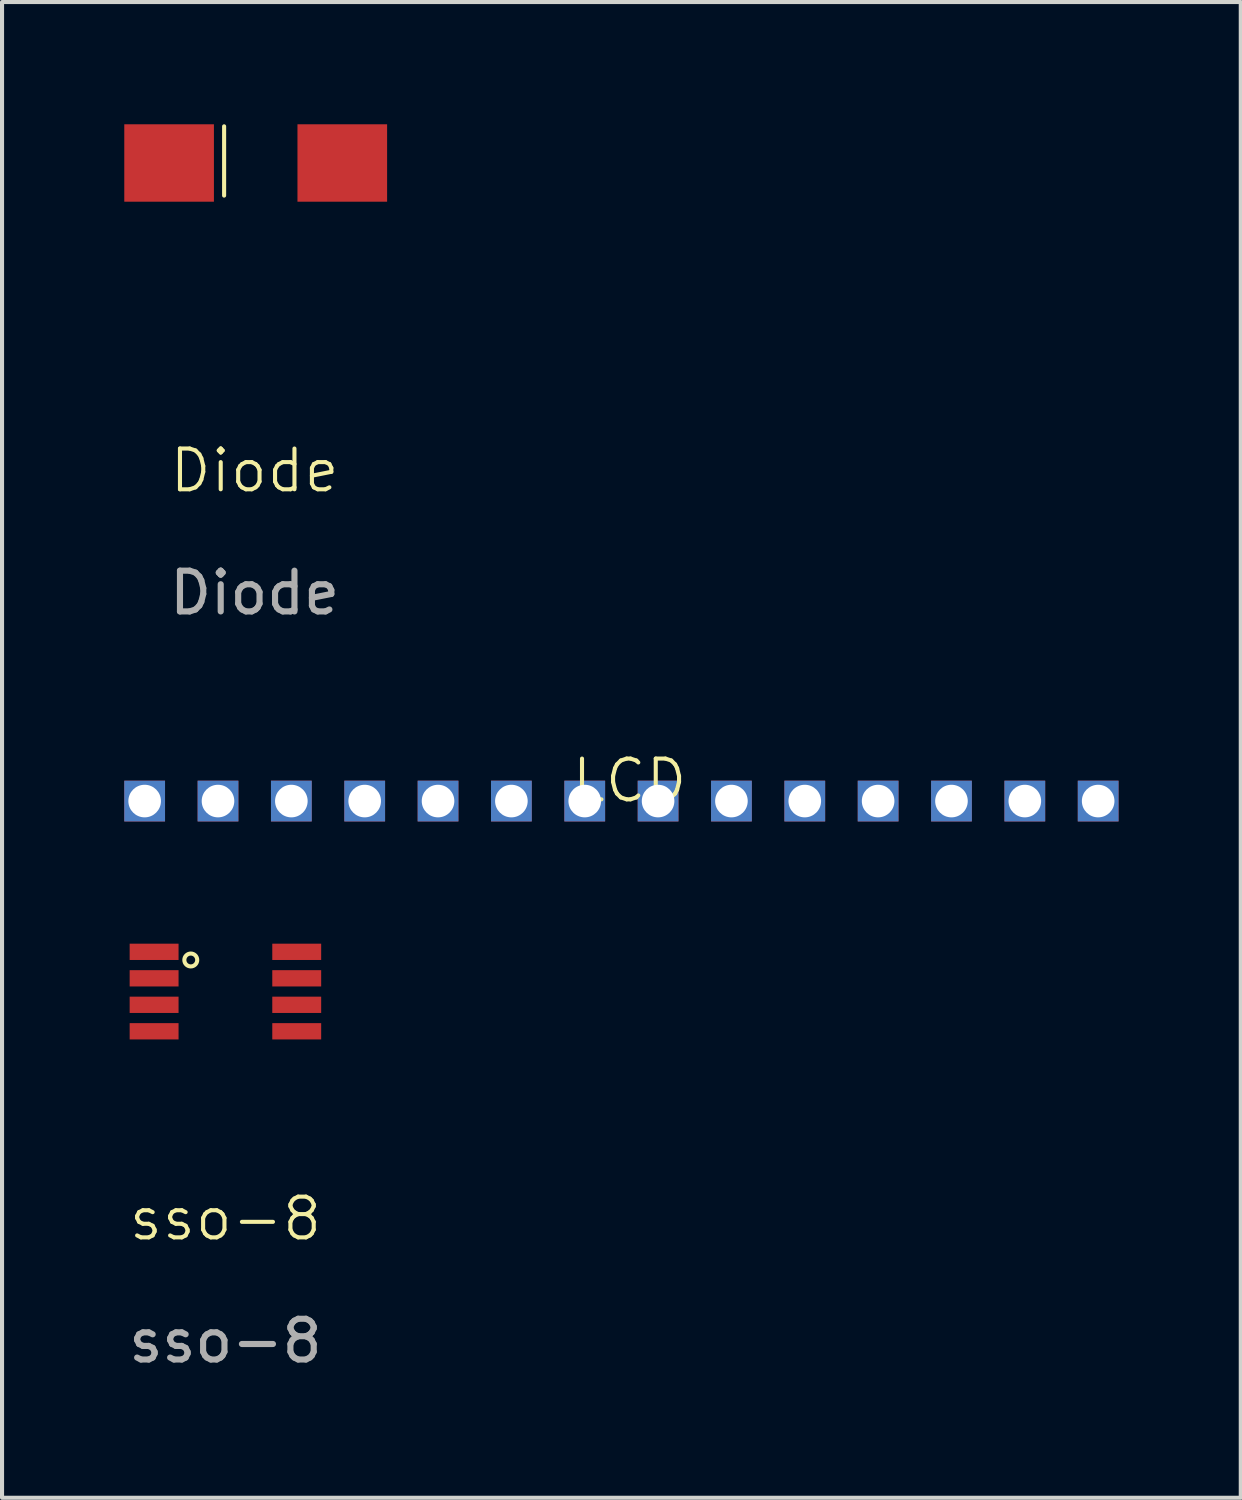
<source format=kicad_pcb>
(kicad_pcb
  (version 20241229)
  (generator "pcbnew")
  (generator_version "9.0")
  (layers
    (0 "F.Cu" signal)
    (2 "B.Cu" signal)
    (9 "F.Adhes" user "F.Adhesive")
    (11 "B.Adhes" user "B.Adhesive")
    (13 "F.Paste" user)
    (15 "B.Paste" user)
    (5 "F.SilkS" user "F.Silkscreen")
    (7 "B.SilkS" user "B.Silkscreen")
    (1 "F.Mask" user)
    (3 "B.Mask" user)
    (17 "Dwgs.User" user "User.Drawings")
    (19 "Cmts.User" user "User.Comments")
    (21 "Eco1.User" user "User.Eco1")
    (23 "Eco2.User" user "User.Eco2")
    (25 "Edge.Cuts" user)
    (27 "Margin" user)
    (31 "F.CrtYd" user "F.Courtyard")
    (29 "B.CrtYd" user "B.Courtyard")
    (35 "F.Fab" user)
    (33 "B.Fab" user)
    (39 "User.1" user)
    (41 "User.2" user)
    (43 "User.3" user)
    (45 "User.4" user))
  (footprint "LCD"
    (layer "F.Cu")
    (at 12.4 16.609)
    (property "Reference" "LCD" (at 0 -0.5 0) (unlocked yes) (layer "F.SilkS") (effects (font (size 1 1) (thickness 0.1))))
    (attr through_hole)
    (pad "1" thru_hole rect (at -11.9 0 90) (size 1 1) (drill 0.8) (layers "*.Cu" "*.Mask"))
    (pad "2" thru_hole rect (at -10.1 0 90) (size 1 1) (drill 0.8) (layers "*.Cu" "*.Mask"))
    (pad "3" thru_hole rect (at -8.3 0 90) (size 1 1) (drill 0.8) (layers "*.Cu" "*.Mask"))
    (pad "4" thru_hole rect (at -6.5 0 90) (size 1 1) (drill 0.8) (layers "*.Cu" "*.Mask"))
    (pad "5" thru_hole rect (at -4.7 0 90) (size 1 1) (drill 0.8) (layers "*.Cu" "*.Mask"))
    (pad "6" thru_hole rect (at -2.9 0 90) (size 1 1) (drill 0.8) (layers "*.Cu" "*.Mask"))
    (pad "7" thru_hole rect (at -1.1 0 90) (size 1 1) (drill 0.8) (layers "*.Cu" "*.Mask"))
    (pad "8" thru_hole rect (at 0.7 0 90) (size 1 1) (drill 0.8) (layers "*.Cu" "*.Mask"))
    (pad "9" thru_hole rect (at 2.5 0 90) (size 1 1) (drill 0.8) (layers "*.Cu" "*.Mask"))
    (pad "10" thru_hole rect (at 4.3 0 90) (size 1 1) (drill 0.8) (layers "*.Cu" "*.Mask"))
    (pad "11" thru_hole rect (at 6.1 0 90) (size 1 1) (drill 0.8) (layers "*.Cu" "*.Mask"))
    (pad "12" thru_hole rect (at 7.9 0 90) (size 1 1) (drill 0.8) (layers "*.Cu" "*.Mask"))
    (pad "13" thru_hole rect (at 9.7 0 90) (size 1 1) (drill 0.8) (layers "*.Cu" "*.Mask"))
    (pad "14" thru_hole rect (at 11.5 0 90) (size 1 1) (drill 0.8) (layers "*.Cu" "*.Mask")))
  (footprint "Diode"
    (layer "F.Cu")
    (at 3.2 0.9)
    (property "Reference" "Diode" (at 0 7.6 0) (unlocked yes) (layer "F.SilkS") (effects (font (size 1 1) (thickness 0.1))))
    (attr smd)
    (fp_line (start -0.75 -0.85) (end -0.75 0.85) (stroke (width 0.1) (type default)) (layer "F.SilkS"))
    (fp_text user "${REFERENCE}" (at 0 10.6 0) (unlocked yes) (layer "F.Fab") (effects (font (size 1 1) (thickness 0.15))))
    (pad "1" smd rect (at -2.1 0.05) (size 2.2 1.9) (layers "F.Cu" "F.Mask" "F.Paste"))
    (pad "2" smd rect (at 2.15 0.05) (size 2.2 1.9) (layers "F.Cu" "F.Mask" "F.Paste")))
  (footprint "sso-8"
    (layer "F.Cu")
    (at 2.482 21.259)
    (property "Reference" "sso-8" (at 0 5.6 0) (unlocked yes) (layer "F.SilkS") (effects (font (size 1 1) (thickness 0.1))))
    (attr smd)
    (fp_circle (center -0.85 -0.75) (end -0.9 -0.9) (stroke (width 0.1) (type default)) (fill no) (layer "F.SilkS"))
    (fp_text user "${REFERENCE}" (at 0 8.6 0) (unlocked yes) (layer "F.Fab") (effects (font (size 1 1) (thickness 0.15))))
    (pad "1" smd rect (at -1.75 -0.95) (size 1.2 0.4) (layers "F.Cu" "F.Mask" "F.Paste"))
    (pad "2" smd rect (at -1.75 -0.3) (size 1.2 0.4) (layers "F.Cu" "F.Mask" "F.Paste"))
    (pad "3" smd rect (at -1.75 0.35) (size 1.2 0.4) (layers "F.Cu" "F.Mask" "F.Paste"))
    (pad "4" smd rect (at -1.75 1) (size 1.2 0.4) (layers "F.Cu" "F.Mask" "F.Paste"))
    (pad "5" smd rect (at 1.75 1) (size 1.2 0.4) (layers "F.Cu" "F.Mask" "F.Paste"))
    (pad "6" smd rect (at 1.75 0.35) (size 1.2 0.4) (layers "F.Cu" "F.Mask" "F.Paste"))
    (pad "7" smd rect (at 1.75 -0.3) (size 1.2 0.4) (layers "F.Cu" "F.Mask" "F.Paste"))
    (pad "8" smd rect (at 1.75 -0.95) (size 1.2 0.4) (layers "F.Cu" "F.Mask" "F.Paste")))
  (gr_rect
    (start -3 -3)
    (end 27.4 33.707)
    (stroke (width 0.1) (type default))
    (fill no)
    (layer "Edge.Cuts")))
</source>
